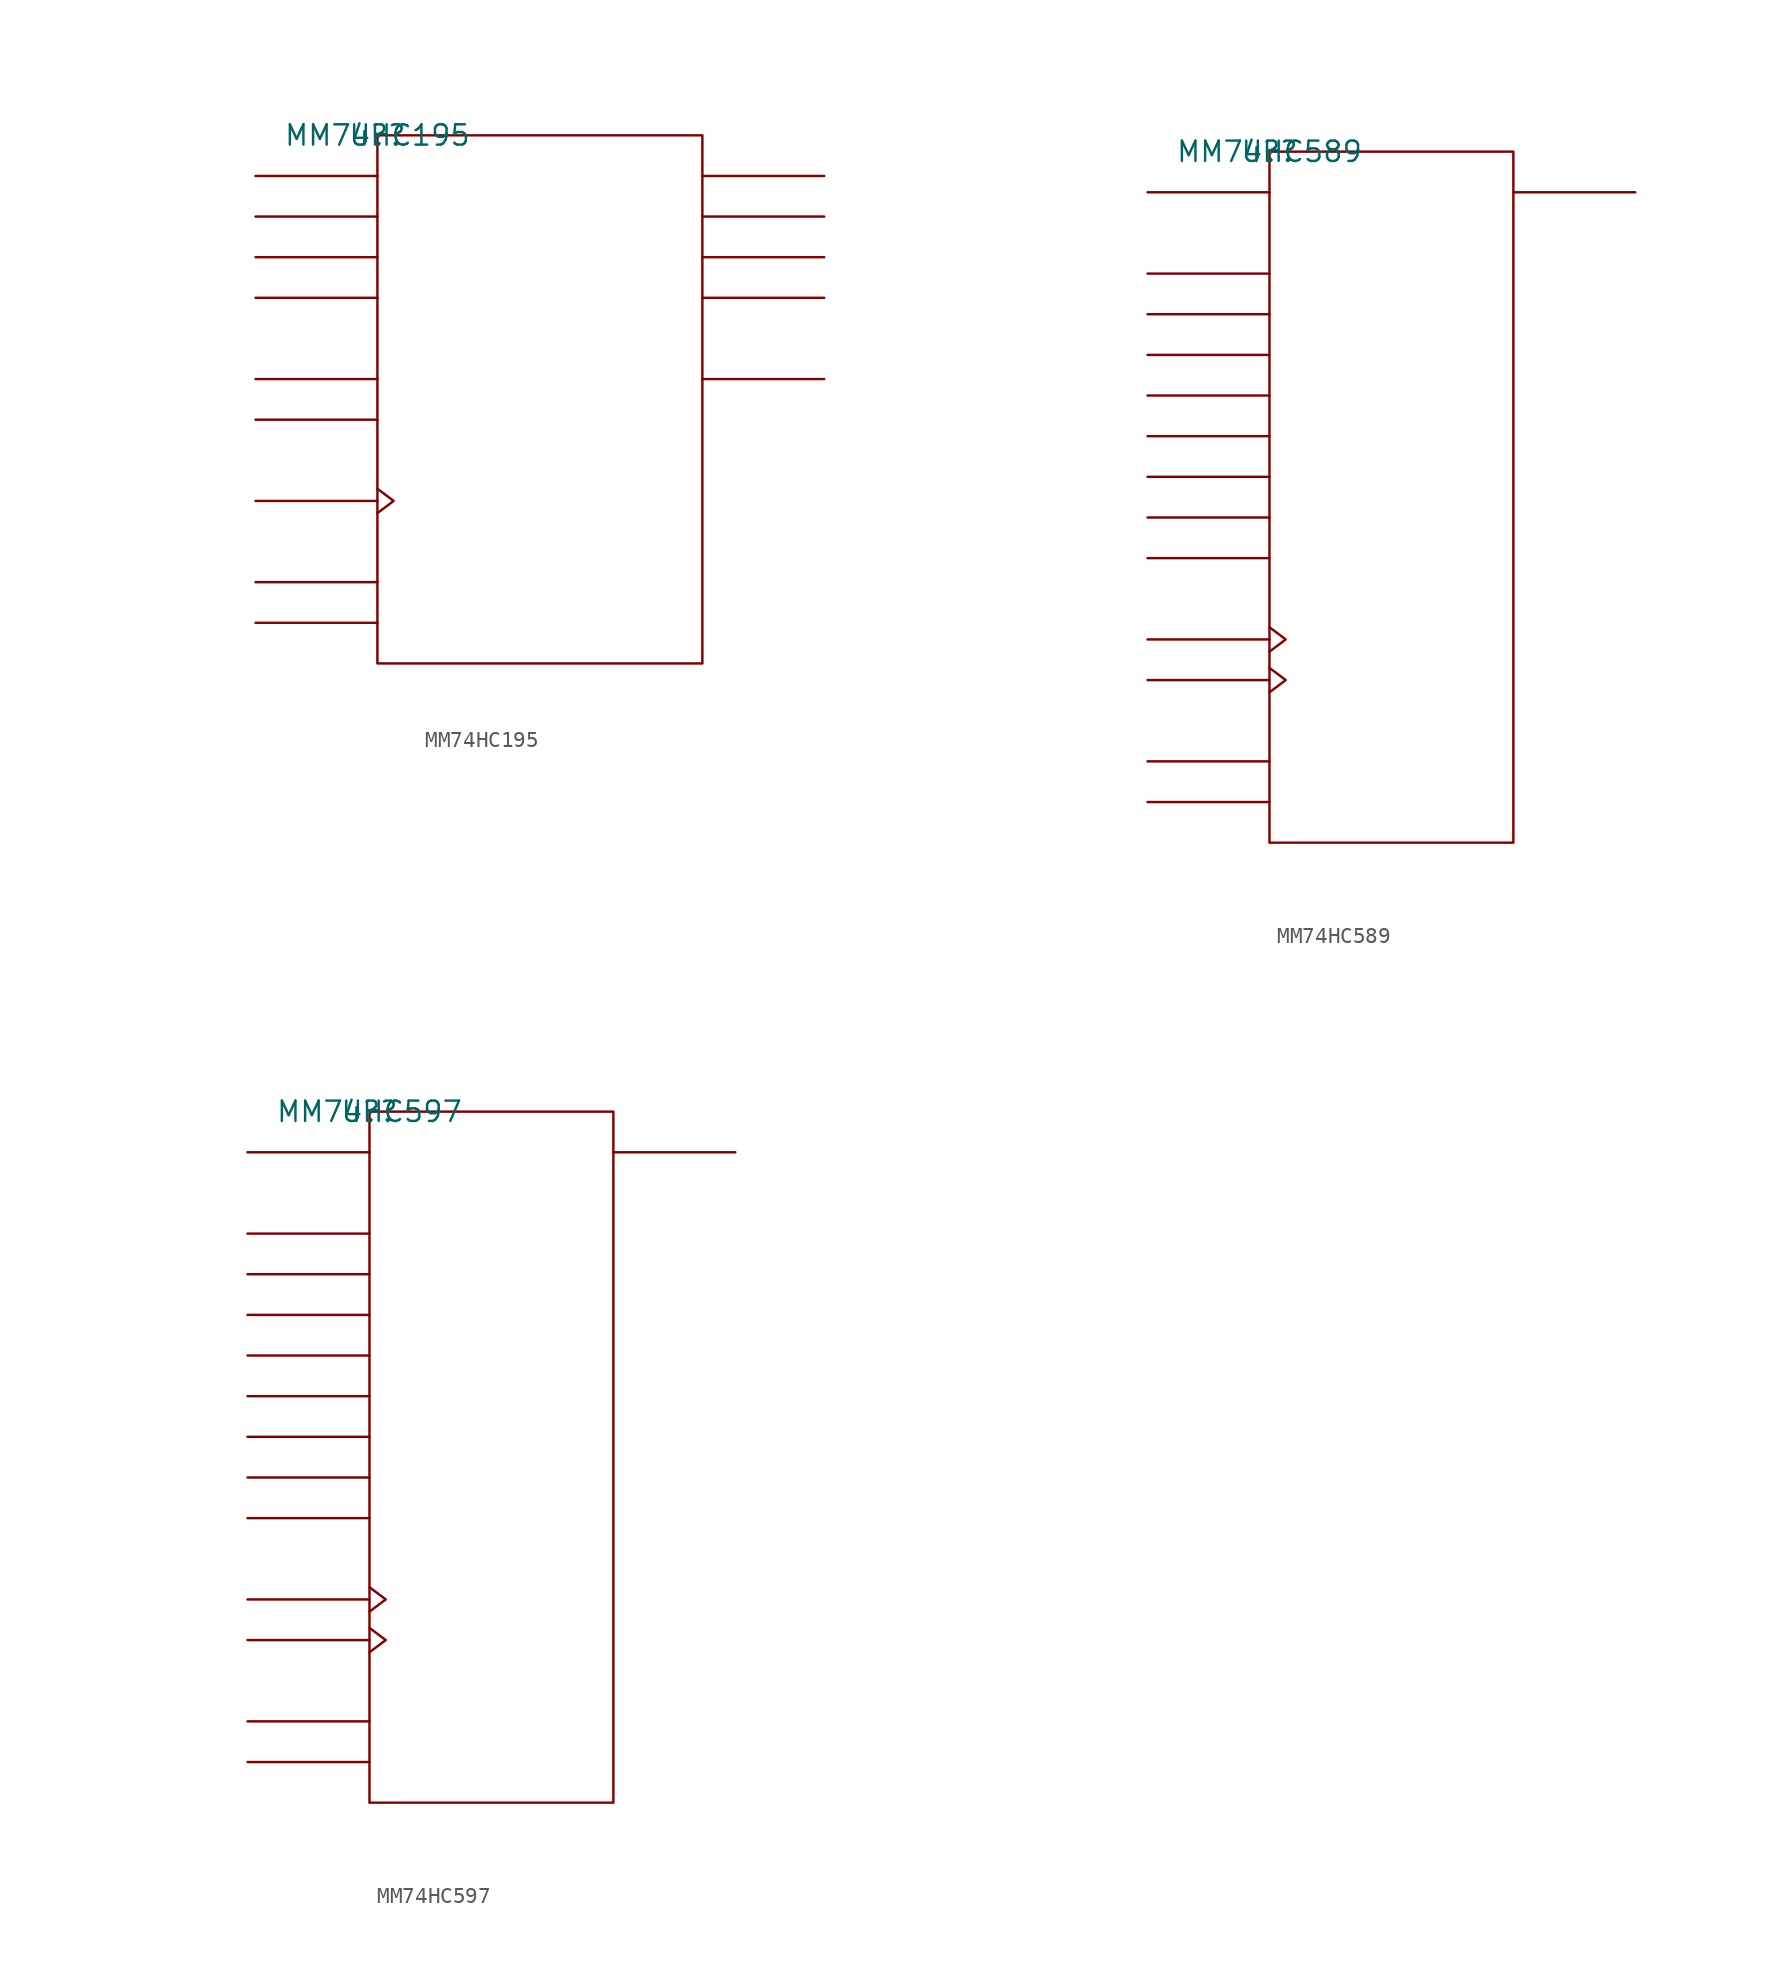
<source format=kicad_sym>
(kicad_symbol_lib
  (version 20211014)
  (generator kicad_symbol_editor)
  (symbol "MM74HC195"
    (pin_names
      (offset 0.762))
    (property "Reference" "U?"
      (at 0 0 0)
      (effects (font (size 1.27 1.27))))
    (property "Value" "MM74HC195"
      (at 0 0 0)
      (effects (font (size 1.27 1.27))))
    (symbol "MM74HC195_0_1"
      (rectangle (start 0 -33.02) (end 20.32 0) (stroke (width 0) (type default) (color 0 0 0 0)) (fill (type none)))
      (polyline (pts (xy 0 -30.48) (xy -7.62 -30.48)) (stroke (width 0) (type default) (color 0 0 0 0)) (fill (type none)))
      (polyline (pts (xy 0 -27.94) (xy -7.62 -27.94)) (stroke (width 0) (type default) (color 0 0 0 0)) (fill (type none)))
      (polyline (pts (xy 0 -22.86) (xy -7.62 -22.86)) (stroke (width 0) (type default) (color 0 0 0 0)) (fill (type none)))
      (polyline (pts (xy 0 -17.78) (xy -7.62 -17.78)) (stroke (width 0) (type default) (color 0 0 0 0)) (fill (type none)))
      (polyline (pts (xy 0 -15.24) (xy -7.62 -15.24)) (stroke (width 0) (type default) (color 0 0 0 0)) (fill (type none)))
      (polyline (pts (xy 0 -10.16) (xy -7.62 -10.16)) (stroke (width 0) (type default) (color 0 0 0 0)) (fill (type none)))
      (polyline (pts (xy 0 -7.62) (xy -7.62 -7.62)) (stroke (width 0) (type default) (color 0 0 0 0)) (fill (type none)))
      (polyline (pts (xy 0 -5.08) (xy -7.62 -5.08)) (stroke (width 0) (type default) (color 0 0 0 0)) (fill (type none)))
      (polyline (pts (xy 0 -2.54) (xy -7.62 -2.54)) (stroke (width 0) (type default) (color 0 0 0 0)) (fill (type none)))
      (polyline (pts (xy 20.32 -15.24) (xy 27.94 -15.24)) (stroke (width 0) (type default) (color 0 0 0 0)) (fill (type none)))
      (polyline (pts (xy 20.32 -10.16) (xy 27.94 -10.16)) (stroke (width 0) (type default) (color 0 0 0 0)) (fill (type none)))
      (polyline (pts (xy 20.32 -7.62) (xy 27.94 -7.62)) (stroke (width 0) (type default) (color 0 0 0 0)) (fill (type none)))
      (polyline (pts (xy 20.32 -5.08) (xy 27.94 -5.08)) (stroke (width 0) (type default) (color 0 0 0 0)) (fill (type none)))
      (polyline (pts (xy 20.32 -2.54) (xy 27.94 -2.54)) (stroke (width 0) (type default) (color 0 0 0 0)) (fill (type none)))
      (polyline (pts (xy 0 -22.098) (xy 1.016 -22.86) (xy 0 -23.622)) (stroke (width 0) (type default) (color 0 0 0 0)) (fill (type none))))
    (symbol "MM74HC195_1_1"
      (pin unspecified line (at -7.62 -30.48 0) (length 7.62) hide (name "C\\L\\R\\" (effects (font (size 1.245 1.245)))) (number "1" (effects (font (size 1.245 1.245)))))
      (pin unspecified line (at -7.62 -22.86 180) (length 7.62) hide (name "CLK" (effects (font (size 1.245 1.245)))) (number "10" (effects (font (size 1.245 1.245)))))
      (pin unspecified line (at 27.94 -15.24 180) (length 7.62) hide (name "Q\\D\\" (effects (font (size 1.245 1.245)))) (number "11" (effects (font (size 1.245 1.245)))))
      (pin unspecified line (at 27.94 -10.16 180) (length 7.62) hide (name "QD" (effects (font (size 1.245 1.245)))) (number "12" (effects (font (size 1.245 1.245)))))
      (pin unspecified line (at 27.94 -7.62 180) (length 7.62) hide (name "QC" (effects (font (size 1.245 1.245)))) (number "13" (effects (font (size 1.245 1.245)))))
      (pin unspecified line (at 27.94 -5.08 180) (length 7.62) hide (name "QB" (effects (font (size 1.245 1.245)))) (number "14" (effects (font (size 1.245 1.245)))))
      (pin unspecified line (at 27.94 -2.54 180) (length 7.62) hide (name "QA" (effects (font (size 1.245 1.245)))) (number "15" (effects (font (size 1.245 1.245)))))
      (pin power_in line (at 7.62 0 180) (length 7.62) hide (name "VCC" (effects (font (size 1.245 1.245)))) (number "16" (effects (font (size 1.245 1.245)))))
      (pin unspecified line (at -7.62 -15.24 0) (length 7.62) hide (name "J" (effects (font (size 1.245 1.245)))) (number "2" (effects (font (size 1.245 1.245)))))
      (pin unspecified line (at -7.62 -17.78 0) (length 7.62) hide (name "K\\" (effects (font (size 1.245 1.245)))) (number "3" (effects (font (size 1.245 1.245)))))
      (pin unspecified line (at -7.62 -2.54 0) (length 7.62) hide (name "A" (effects (font (size 1.245 1.245)))) (number "4" (effects (font (size 1.245 1.245)))))
      (pin unspecified line (at -7.62 -5.08 0) (length 7.62) hide (name "B" (effects (font (size 1.245 1.245)))) (number "5" (effects (font (size 1.245 1.245)))))
      (pin unspecified line (at -7.62 -7.62 0) (length 7.62) hide (name "C" (effects (font (size 1.245 1.245)))) (number "6" (effects (font (size 1.245 1.245)))))
      (pin unspecified line (at -7.62 -10.16 0) (length 7.62) hide (name "D" (effects (font (size 1.245 1.245)))) (number "7" (effects (font (size 1.245 1.245)))))
      (pin power_in line (at 17.78 -33.02 0) (length 7.62) hide (name "GND" (effects (font (size 1.245 1.245)))) (number "8" (effects (font (size 1.245 1.245)))))
      (pin unspecified line (at -7.62 -27.94 0) (length 7.62) hide (name "SHFT/LOAD" (effects (font (size 1.245 1.245)))) (number "9" (effects (font (size 1.245 1.245)))))))
  (symbol "MM74HC589"
    (pin_names
      (offset 0.762))
    (property "Reference" "U?"
      (at 0 0 0)
      (effects (font (size 1.27 1.27))))
    (property "Value" "MM74HC589"
      (at 0 0 0)
      (effects (font (size 1.27 1.27))))
    (symbol "MM74HC589_0_1"
      (rectangle (start 0 -43.18) (end 15.24 0) (stroke (width 0) (type default) (color 0 0 0 0)) (fill (type none)))
      (polyline (pts (xy 0 -40.64) (xy -7.62 -40.64)) (stroke (width 0) (type default) (color 0 0 0 0)) (fill (type none)))
      (polyline (pts (xy 0 -38.1) (xy -7.62 -38.1)) (stroke (width 0) (type default) (color 0 0 0 0)) (fill (type none)))
      (polyline (pts (xy 0 -33.02) (xy -7.62 -33.02)) (stroke (width 0) (type default) (color 0 0 0 0)) (fill (type none)))
      (polyline (pts (xy 0 -30.48) (xy -7.62 -30.48)) (stroke (width 0) (type default) (color 0 0 0 0)) (fill (type none)))
      (polyline (pts (xy 0 -25.4) (xy -7.62 -25.4)) (stroke (width 0) (type default) (color 0 0 0 0)) (fill (type none)))
      (polyline (pts (xy 0 -22.86) (xy -7.62 -22.86)) (stroke (width 0) (type default) (color 0 0 0 0)) (fill (type none)))
      (polyline (pts (xy 0 -20.32) (xy -7.62 -20.32)) (stroke (width 0) (type default) (color 0 0 0 0)) (fill (type none)))
      (polyline (pts (xy 0 -17.78) (xy -7.62 -17.78)) (stroke (width 0) (type default) (color 0 0 0 0)) (fill (type none)))
      (polyline (pts (xy 0 -15.24) (xy -7.62 -15.24)) (stroke (width 0) (type default) (color 0 0 0 0)) (fill (type none)))
      (polyline (pts (xy 0 -12.7) (xy -7.62 -12.7)) (stroke (width 0) (type default) (color 0 0 0 0)) (fill (type none)))
      (polyline (pts (xy 0 -10.16) (xy -7.62 -10.16)) (stroke (width 0) (type default) (color 0 0 0 0)) (fill (type none)))
      (polyline (pts (xy 0 -7.62) (xy -7.62 -7.62)) (stroke (width 0) (type default) (color 0 0 0 0)) (fill (type none)))
      (polyline (pts (xy 0 -2.54) (xy -7.62 -2.54)) (stroke (width 0) (type default) (color 0 0 0 0)) (fill (type none)))
      (polyline (pts (xy 15.24 -2.54) (xy 22.86 -2.54)) (stroke (width 0) (type default) (color 0 0 0 0)) (fill (type none)))
      (polyline (pts (xy 0 -32.258) (xy 1.016 -33.02) (xy 0 -33.782)) (stroke (width 0) (type default) (color 0 0 0 0)) (fill (type none)))
      (polyline (pts (xy 0 -29.718) (xy 1.016 -30.48) (xy 0 -31.242)) (stroke (width 0) (type default) (color 0 0 0 0)) (fill (type none))))
    (symbol "MM74HC589_1_1"
      (pin unspecified line (at -7.62 -10.16 0) (length 7.62) hide (name "B" (effects (font (size 1.245 1.245)))) (number "1" (effects (font (size 1.245 1.245)))))
      (pin unspecified line (at -7.62 -38.1 0) (length 7.62) hide (name "O\\E\\" (effects (font (size 1.245 1.245)))) (number "10" (effects (font (size 1.245 1.245)))))
      (pin unspecified line (at -7.62 -33.02 180) (length 7.62) hide (name "SRCLK" (effects (font (size 1.245 1.245)))) (number "11" (effects (font (size 1.245 1.245)))))
      (pin unspecified line (at -7.62 -30.48 180) (length 7.62) hide (name "RCLK" (effects (font (size 1.245 1.245)))) (number "12" (effects (font (size 1.245 1.245)))))
      (pin unspecified line (at -7.62 -40.64 0) (length 7.62) hide (name "SH/P\\L\\" (effects (font (size 1.245 1.245)))) (number "13" (effects (font (size 1.245 1.245)))))
      (pin unspecified line (at -7.62 -2.54 0) (length 7.62) hide (name "SDI" (effects (font (size 1.245 1.245)))) (number "14" (effects (font (size 1.245 1.245)))))
      (pin unspecified line (at -7.62 -7.62 0) (length 7.62) hide (name "A" (effects (font (size 1.245 1.245)))) (number "15" (effects (font (size 1.245 1.245)))))
      (pin power_in line (at 7.62 0 180) (length 7.62) hide (name "VCC" (effects (font (size 1.245 1.245)))) (number "16" (effects (font (size 1.245 1.245)))))
      (pin unspecified line (at -7.62 -12.7 0) (length 7.62) hide (name "C" (effects (font (size 1.245 1.245)))) (number "2" (effects (font (size 1.245 1.245)))))
      (pin unspecified line (at -7.62 -15.24 0) (length 7.62) hide (name "D" (effects (font (size 1.245 1.245)))) (number "3" (effects (font (size 1.245 1.245)))))
      (pin unspecified line (at -7.62 -17.78 0) (length 7.62) hide (name "E" (effects (font (size 1.245 1.245)))) (number "4" (effects (font (size 1.245 1.245)))))
      (pin unspecified line (at -7.62 -20.32 0) (length 7.62) hide (name "F" (effects (font (size 1.245 1.245)))) (number "5" (effects (font (size 1.245 1.245)))))
      (pin unspecified line (at -7.62 -22.86 0) (length 7.62) hide (name "G" (effects (font (size 1.245 1.245)))) (number "6" (effects (font (size 1.245 1.245)))))
      (pin unspecified line (at -7.62 -25.4 0) (length 7.62) hide (name "H" (effects (font (size 1.245 1.245)))) (number "7" (effects (font (size 1.245 1.245)))))
      (pin power_in line (at 10.16 -43.18 180) (length 7.62) hide (name "GND" (effects (font (size 1.245 1.245)))) (number "8" (effects (font (size 1.245 1.245)))))
      (pin unspecified line (at 22.86 -2.54 180) (length 7.62) hide (name "QH'" (effects (font (size 1.245 1.245)))) (number "9" (effects (font (size 1.245 1.245)))))))
  (symbol "MM74HC597"
    (pin_names
      (offset 0.762))
    (property "Reference" "U?"
      (at 0 0 0)
      (effects (font (size 1.27 1.27))))
    (property "Value" "MM74HC597"
      (at 0 0 0)
      (effects (font (size 1.27 1.27))))
    (symbol "MM74HC597_0_1"
      (rectangle (start 0 -43.18) (end 15.24 0) (stroke (width 0) (type default) (color 0 0 0 0)) (fill (type none)))
      (polyline (pts (xy 0 -40.64) (xy -7.62 -40.64)) (stroke (width 0) (type default) (color 0 0 0 0)) (fill (type none)))
      (polyline (pts (xy 0 -38.1) (xy -7.62 -38.1)) (stroke (width 0) (type default) (color 0 0 0 0)) (fill (type none)))
      (polyline (pts (xy 0 -33.02) (xy -7.62 -33.02)) (stroke (width 0) (type default) (color 0 0 0 0)) (fill (type none)))
      (polyline (pts (xy 0 -30.48) (xy -7.62 -30.48)) (stroke (width 0) (type default) (color 0 0 0 0)) (fill (type none)))
      (polyline (pts (xy 0 -25.4) (xy -7.62 -25.4)) (stroke (width 0) (type default) (color 0 0 0 0)) (fill (type none)))
      (polyline (pts (xy 0 -22.86) (xy -7.62 -22.86)) (stroke (width 0) (type default) (color 0 0 0 0)) (fill (type none)))
      (polyline (pts (xy 0 -20.32) (xy -7.62 -20.32)) (stroke (width 0) (type default) (color 0 0 0 0)) (fill (type none)))
      (polyline (pts (xy 0 -17.78) (xy -7.62 -17.78)) (stroke (width 0) (type default) (color 0 0 0 0)) (fill (type none)))
      (polyline (pts (xy 0 -15.24) (xy -7.62 -15.24)) (stroke (width 0) (type default) (color 0 0 0 0)) (fill (type none)))
      (polyline (pts (xy 0 -12.7) (xy -7.62 -12.7)) (stroke (width 0) (type default) (color 0 0 0 0)) (fill (type none)))
      (polyline (pts (xy 0 -10.16) (xy -7.62 -10.16)) (stroke (width 0) (type default) (color 0 0 0 0)) (fill (type none)))
      (polyline (pts (xy 0 -7.62) (xy -7.62 -7.62)) (stroke (width 0) (type default) (color 0 0 0 0)) (fill (type none)))
      (polyline (pts (xy 0 -2.54) (xy -7.62 -2.54)) (stroke (width 0) (type default) (color 0 0 0 0)) (fill (type none)))
      (polyline (pts (xy 15.24 -2.54) (xy 22.86 -2.54)) (stroke (width 0) (type default) (color 0 0 0 0)) (fill (type none)))
      (polyline (pts (xy 0 -32.258) (xy 1.016 -33.02) (xy 0 -33.782)) (stroke (width 0) (type default) (color 0 0 0 0)) (fill (type none)))
      (polyline (pts (xy 0 -29.718) (xy 1.016 -30.48) (xy 0 -31.242)) (stroke (width 0) (type default) (color 0 0 0 0)) (fill (type none))))
    (symbol "MM74HC597_1_1"
      (pin unspecified line (at -7.62 -10.16 0) (length 7.62) hide (name "B" (effects (font (size 1.245 1.245)))) (number "1" (effects (font (size 1.245 1.245)))))
      (pin unspecified line (at -7.62 -38.1 0) (length 7.62) hide (name "M\\R\\" (effects (font (size 1.245 1.245)))) (number "10" (effects (font (size 1.245 1.245)))))
      (pin unspecified line (at -7.62 -30.48 180) (length 7.62) hide (name "SHCLK" (effects (font (size 1.245 1.245)))) (number "11" (effects (font (size 1.245 1.245)))))
      (pin unspecified line (at -7.62 -33.02 180) (length 7.62) hide (name "STCLK" (effects (font (size 1.245 1.245)))) (number "12" (effects (font (size 1.245 1.245)))))
      (pin unspecified line (at -7.62 -40.64 0) (length 7.62) hide (name "P\\L\\" (effects (font (size 1.245 1.245)))) (number "13" (effects (font (size 1.245 1.245)))))
      (pin unspecified line (at -7.62 -2.54 0) (length 7.62) hide (name "SDI" (effects (font (size 1.245 1.245)))) (number "14" (effects (font (size 1.245 1.245)))))
      (pin unspecified line (at -7.62 -7.62 0) (length 7.62) hide (name "A" (effects (font (size 1.245 1.245)))) (number "15" (effects (font (size 1.245 1.245)))))
      (pin power_in line (at 7.62 0 180) (length 7.62) hide (name "VCC" (effects (font (size 1.245 1.245)))) (number "16" (effects (font (size 1.245 1.245)))))
      (pin unspecified line (at -7.62 -12.7 0) (length 7.62) hide (name "C" (effects (font (size 1.245 1.245)))) (number "2" (effects (font (size 1.245 1.245)))))
      (pin unspecified line (at -7.62 -15.24 0) (length 7.62) hide (name "D" (effects (font (size 1.245 1.245)))) (number "3" (effects (font (size 1.245 1.245)))))
      (pin unspecified line (at -7.62 -17.78 0) (length 7.62) hide (name "E" (effects (font (size 1.245 1.245)))) (number "4" (effects (font (size 1.245 1.245)))))
      (pin unspecified line (at -7.62 -20.32 0) (length 7.62) hide (name "F" (effects (font (size 1.245 1.245)))) (number "5" (effects (font (size 1.245 1.245)))))
      (pin unspecified line (at -7.62 -22.86 0) (length 7.62) hide (name "G" (effects (font (size 1.245 1.245)))) (number "6" (effects (font (size 1.245 1.245)))))
      (pin unspecified line (at -7.62 -25.4 0) (length 7.62) hide (name "H" (effects (font (size 1.245 1.245)))) (number "7" (effects (font (size 1.245 1.245)))))
      (pin power_in line (at 10.16 -43.18 0) (length 7.62) hide (name "GND" (effects (font (size 1.245 1.245)))) (number "8" (effects (font (size 1.245 1.245)))))
      (pin unspecified line (at 22.86 -2.54 180) (length 7.62) hide (name "QH" (effects (font (size 1.245 1.245)))) (number "9" (effects (font (size 1.245 1.245))))))))
</source>
